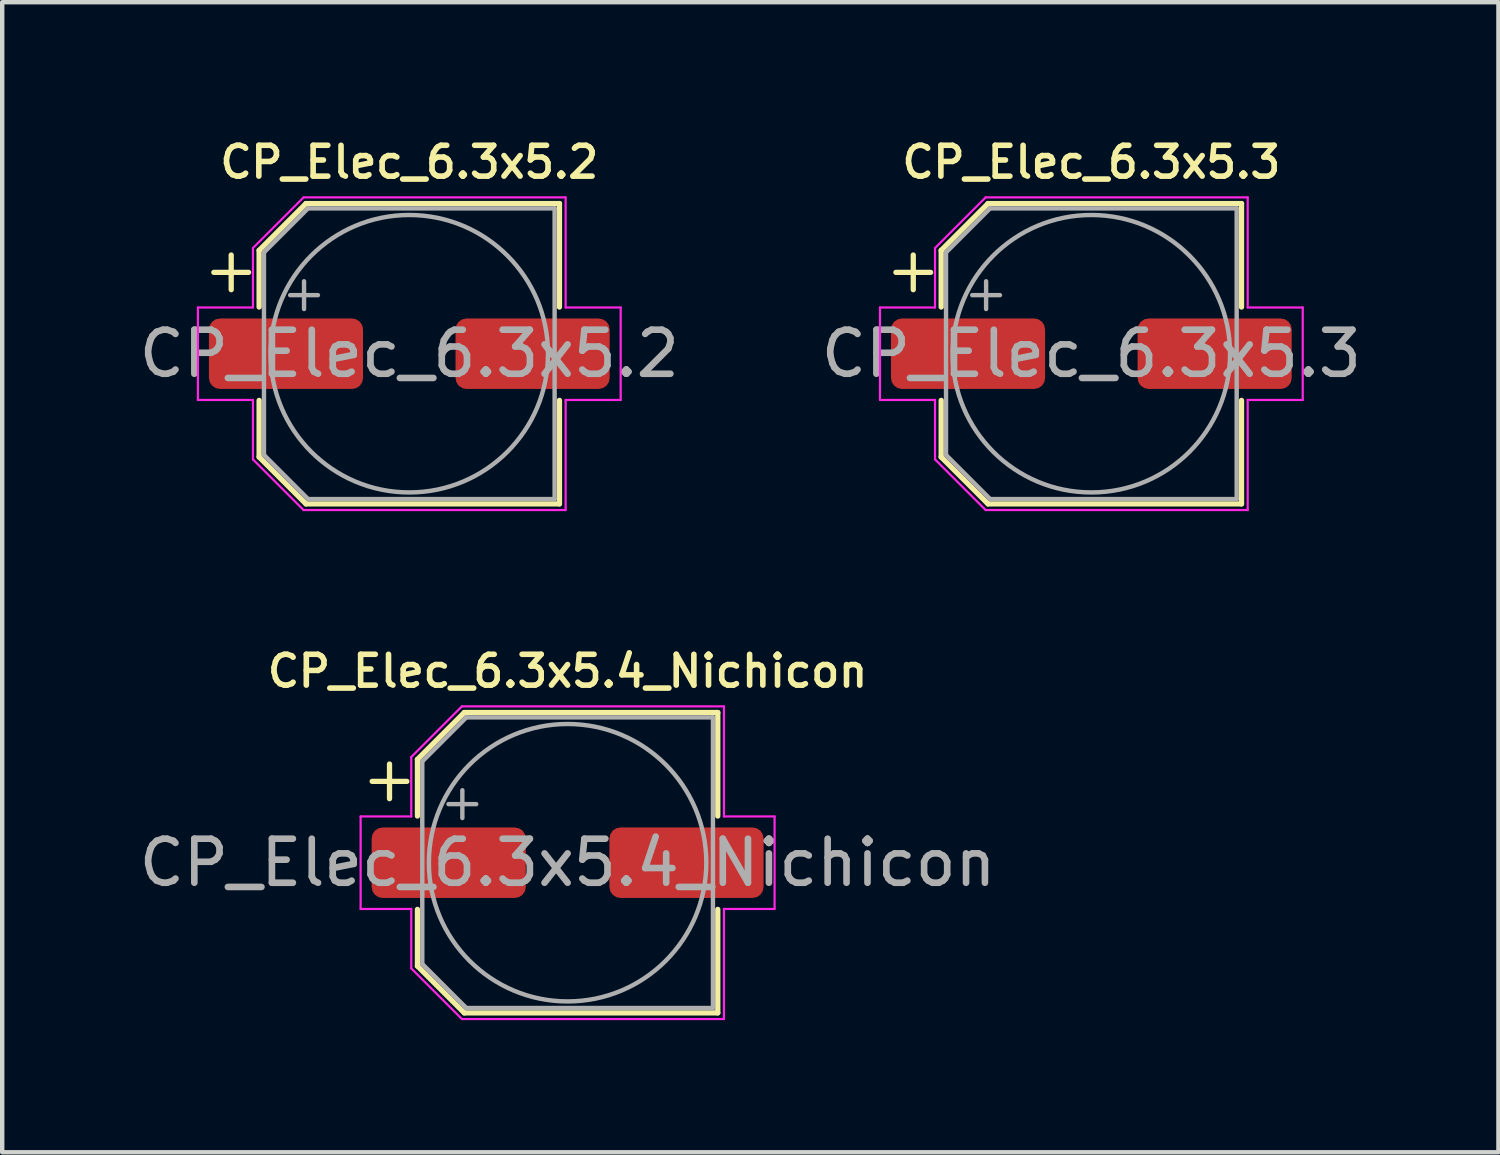
<source format=kicad_pcb>
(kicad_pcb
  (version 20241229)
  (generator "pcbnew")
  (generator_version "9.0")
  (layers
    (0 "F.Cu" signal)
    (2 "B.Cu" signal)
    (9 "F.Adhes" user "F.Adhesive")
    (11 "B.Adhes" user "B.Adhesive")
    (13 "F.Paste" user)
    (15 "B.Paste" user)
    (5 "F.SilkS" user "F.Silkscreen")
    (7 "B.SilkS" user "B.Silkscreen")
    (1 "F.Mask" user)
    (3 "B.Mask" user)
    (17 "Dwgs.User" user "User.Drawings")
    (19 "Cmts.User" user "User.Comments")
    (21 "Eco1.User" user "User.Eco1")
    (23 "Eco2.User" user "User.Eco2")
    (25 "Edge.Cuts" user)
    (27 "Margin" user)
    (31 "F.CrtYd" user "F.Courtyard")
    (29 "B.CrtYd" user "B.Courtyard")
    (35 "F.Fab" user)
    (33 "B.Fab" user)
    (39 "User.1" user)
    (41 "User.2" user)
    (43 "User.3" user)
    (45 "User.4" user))
  (footprint "CP_Elec_6.3x5.2"
    (layer "F.Cu")
    (at 6.244 4.982)
    (property "Reference" "CP_Elec_6.3x5.2" (at 0 -4.35 0) (layer "F.SilkS") (effects (font (size 0.7 0.7) (thickness 0.127))))
    (attr smd)
    (fp_line (start -4.438 -1.847) (end -3.65 -1.847) (stroke (width 0.12) (type solid)) (layer "F.SilkS"))
    (fp_line (start -4.044 -2.241) (end -4.044 -1.454) (stroke (width 0.12) (type solid)) (layer "F.SilkS"))
    (fp_line (start -3.41 -2.346) (end -3.41 -1.06) (stroke (width 0.12) (type solid)) (layer "F.SilkS"))
    (fp_line (start -3.41 -2.346) (end -2.346 -3.41) (stroke (width 0.12) (type solid)) (layer "F.SilkS"))
    (fp_line (start -3.41 2.346) (end -3.41 1.06) (stroke (width 0.12) (type solid)) (layer "F.SilkS"))
    (fp_line (start -3.41 2.346) (end -2.346 3.41) (stroke (width 0.12) (type solid)) (layer "F.SilkS"))
    (fp_line (start -2.346 -3.41) (end 3.41 -3.41) (stroke (width 0.12) (type solid)) (layer "F.SilkS"))
    (fp_line (start -2.346 3.41) (end 3.41 3.41) (stroke (width 0.12) (type solid)) (layer "F.SilkS"))
    (fp_line (start 3.41 -3.41) (end 3.41 -1.06) (stroke (width 0.12) (type solid)) (layer "F.SilkS"))
    (fp_line (start 3.41 3.41) (end 3.41 1.06) (stroke (width 0.12) (type solid)) (layer "F.SilkS"))
    (fp_line (start -4.8 -1.05) (end -4.8 1.05) (stroke (width 0.05) (type solid)) (layer "F.CrtYd"))
    (fp_line (start -4.8 1.05) (end -3.55 1.05) (stroke (width 0.05) (type solid)) (layer "F.CrtYd"))
    (fp_line (start -3.55 -2.4) (end -3.55 -1.05) (stroke (width 0.05) (type solid)) (layer "F.CrtYd"))
    (fp_line (start -3.55 -2.4) (end -2.4 -3.55) (stroke (width 0.05) (type solid)) (layer "F.CrtYd"))
    (fp_line (start -3.55 -1.05) (end -4.8 -1.05) (stroke (width 0.05) (type solid)) (layer "F.CrtYd"))
    (fp_line (start -3.55 1.05) (end -3.55 2.4) (stroke (width 0.05) (type solid)) (layer "F.CrtYd"))
    (fp_line (start -3.55 2.4) (end -2.4 3.55) (stroke (width 0.05) (type solid)) (layer "F.CrtYd"))
    (fp_line (start -2.4 -3.55) (end 3.55 -3.55) (stroke (width 0.05) (type solid)) (layer "F.CrtYd"))
    (fp_line (start -2.4 3.55) (end 3.55 3.55) (stroke (width 0.05) (type solid)) (layer "F.CrtYd"))
    (fp_line (start 3.55 -3.55) (end 3.55 -1.05) (stroke (width 0.05) (type solid)) (layer "F.CrtYd"))
    (fp_line (start 3.55 -1.05) (end 4.8 -1.05) (stroke (width 0.05) (type solid)) (layer "F.CrtYd"))
    (fp_line (start 3.55 1.05) (end 3.55 3.55) (stroke (width 0.05) (type solid)) (layer "F.CrtYd"))
    (fp_line (start 4.8 -1.05) (end 4.8 1.05) (stroke (width 0.05) (type solid)) (layer "F.CrtYd"))
    (fp_line (start 4.8 1.05) (end 3.55 1.05) (stroke (width 0.05) (type solid)) (layer "F.CrtYd"))
    (fp_line (start -3.3 -2.3) (end -3.3 2.3) (stroke (width 0.1) (type solid)) (layer "F.Fab"))
    (fp_line (start -3.3 -2.3) (end -2.3 -3.3) (stroke (width 0.1) (type solid)) (layer "F.Fab"))
    (fp_line (start -3.3 2.3) (end -2.3 3.3) (stroke (width 0.1) (type solid)) (layer "F.Fab"))
    (fp_line (start -2.705 -1.33) (end -2.075 -1.33) (stroke (width 0.1) (type solid)) (layer "F.Fab"))
    (fp_line (start -2.39 -1.645) (end -2.39 -1.015) (stroke (width 0.1) (type solid)) (layer "F.Fab"))
    (fp_line (start -2.3 -3.3) (end 3.3 -3.3) (stroke (width 0.1) (type solid)) (layer "F.Fab"))
    (fp_line (start -2.3 3.3) (end 3.3 3.3) (stroke (width 0.1) (type solid)) (layer "F.Fab"))
    (fp_line (start 3.3 -3.3) (end 3.3 3.3) (stroke (width 0.1) (type solid)) (layer "F.Fab"))
    (fp_circle (center 0 0) (end 3.15 0) (stroke (width 0.1) (type solid)) (fill no) (layer "F.Fab"))
    (fp_text user "${REFERENCE}" (at 0 0 0) (layer "F.Fab") (effects (font (size 1 1) (thickness 0.15))))
    (pad "1" smd roundrect (at -2.8 0) (size 3.5 1.6) (layers "F.Cu" "F.Mask" "F.Paste") (roundrect_rratio 0.156))
    (pad "2" smd roundrect (at 2.8 0) (size 3.5 1.6) (layers "F.Cu" "F.Mask" "F.Paste") (roundrect_rratio 0.156)))
  (footprint "CP_Elec_6.3x5.3"
    (layer "F.Cu")
    (at 21.732 4.982)
    (property "Reference" "CP_Elec_6.3x5.3" (at 0 -4.35 0) (layer "F.SilkS") (effects (font (size 0.7 0.7) (thickness 0.127))))
    (attr smd)
    (fp_line (start -4.438 -1.847) (end -3.65 -1.847) (stroke (width 0.12) (type solid)) (layer "F.SilkS"))
    (fp_line (start -4.044 -2.241) (end -4.044 -1.454) (stroke (width 0.12) (type solid)) (layer "F.SilkS"))
    (fp_line (start -3.41 -2.346) (end -3.41 -1.06) (stroke (width 0.12) (type solid)) (layer "F.SilkS"))
    (fp_line (start -3.41 -2.346) (end -2.346 -3.41) (stroke (width 0.12) (type solid)) (layer "F.SilkS"))
    (fp_line (start -3.41 2.346) (end -3.41 1.06) (stroke (width 0.12) (type solid)) (layer "F.SilkS"))
    (fp_line (start -3.41 2.346) (end -2.346 3.41) (stroke (width 0.12) (type solid)) (layer "F.SilkS"))
    (fp_line (start -2.346 -3.41) (end 3.41 -3.41) (stroke (width 0.12) (type solid)) (layer "F.SilkS"))
    (fp_line (start -2.346 3.41) (end 3.41 3.41) (stroke (width 0.12) (type solid)) (layer "F.SilkS"))
    (fp_line (start 3.41 -3.41) (end 3.41 -1.06) (stroke (width 0.12) (type solid)) (layer "F.SilkS"))
    (fp_line (start 3.41 3.41) (end 3.41 1.06) (stroke (width 0.12) (type solid)) (layer "F.SilkS"))
    (fp_line (start -4.8 -1.05) (end -4.8 1.05) (stroke (width 0.05) (type solid)) (layer "F.CrtYd"))
    (fp_line (start -4.8 1.05) (end -3.55 1.05) (stroke (width 0.05) (type solid)) (layer "F.CrtYd"))
    (fp_line (start -3.55 -2.4) (end -3.55 -1.05) (stroke (width 0.05) (type solid)) (layer "F.CrtYd"))
    (fp_line (start -3.55 -2.4) (end -2.4 -3.55) (stroke (width 0.05) (type solid)) (layer "F.CrtYd"))
    (fp_line (start -3.55 -1.05) (end -4.8 -1.05) (stroke (width 0.05) (type solid)) (layer "F.CrtYd"))
    (fp_line (start -3.55 1.05) (end -3.55 2.4) (stroke (width 0.05) (type solid)) (layer "F.CrtYd"))
    (fp_line (start -3.55 2.4) (end -2.4 3.55) (stroke (width 0.05) (type solid)) (layer "F.CrtYd"))
    (fp_line (start -2.4 -3.55) (end 3.55 -3.55) (stroke (width 0.05) (type solid)) (layer "F.CrtYd"))
    (fp_line (start -2.4 3.55) (end 3.55 3.55) (stroke (width 0.05) (type solid)) (layer "F.CrtYd"))
    (fp_line (start 3.55 -3.55) (end 3.55 -1.05) (stroke (width 0.05) (type solid)) (layer "F.CrtYd"))
    (fp_line (start 3.55 -1.05) (end 4.8 -1.05) (stroke (width 0.05) (type solid)) (layer "F.CrtYd"))
    (fp_line (start 3.55 1.05) (end 3.55 3.55) (stroke (width 0.05) (type solid)) (layer "F.CrtYd"))
    (fp_line (start 4.8 -1.05) (end 4.8 1.05) (stroke (width 0.05) (type solid)) (layer "F.CrtYd"))
    (fp_line (start 4.8 1.05) (end 3.55 1.05) (stroke (width 0.05) (type solid)) (layer "F.CrtYd"))
    (fp_line (start -3.3 -2.3) (end -3.3 2.3) (stroke (width 0.1) (type solid)) (layer "F.Fab"))
    (fp_line (start -3.3 -2.3) (end -2.3 -3.3) (stroke (width 0.1) (type solid)) (layer "F.Fab"))
    (fp_line (start -3.3 2.3) (end -2.3 3.3) (stroke (width 0.1) (type solid)) (layer "F.Fab"))
    (fp_line (start -2.705 -1.33) (end -2.075 -1.33) (stroke (width 0.1) (type solid)) (layer "F.Fab"))
    (fp_line (start -2.39 -1.645) (end -2.39 -1.015) (stroke (width 0.1) (type solid)) (layer "F.Fab"))
    (fp_line (start -2.3 -3.3) (end 3.3 -3.3) (stroke (width 0.1) (type solid)) (layer "F.Fab"))
    (fp_line (start -2.3 3.3) (end 3.3 3.3) (stroke (width 0.1) (type solid)) (layer "F.Fab"))
    (fp_line (start 3.3 -3.3) (end 3.3 3.3) (stroke (width 0.1) (type solid)) (layer "F.Fab"))
    (fp_circle (center 0 0) (end 3.15 0) (stroke (width 0.1) (type solid)) (fill no) (layer "F.Fab"))
    (fp_text user "${REFERENCE}" (at 0 0 0) (layer "F.Fab") (effects (font (size 1 1) (thickness 0.15))))
    (pad "1" smd roundrect (at -2.8 0) (size 3.5 1.6) (layers "F.Cu" "F.Mask" "F.Paste") (roundrect_rratio 0.156))
    (pad "2" smd roundrect (at 2.8 0) (size 3.5 1.6) (layers "F.Cu" "F.Mask" "F.Paste") (roundrect_rratio 0.156)))
  (footprint "CP_Elec_6.3x5.4_Nichicon"
    (layer "F.Cu")
    (at 9.839 16.54)
    (property "Reference" "CP_Elec_6.3x5.4_Nichicon" (at 0 -4.35 0) (layer "F.SilkS") (effects (font (size 0.7 0.7) (thickness 0.127))))
    (attr smd)
    (fp_line (start -4.438 -1.847) (end -3.65 -1.847) (stroke (width 0.12) (type solid)) (layer "F.SilkS"))
    (fp_line (start -4.044 -2.241) (end -4.044 -1.454) (stroke (width 0.12) (type solid)) (layer "F.SilkS"))
    (fp_line (start -3.41 -2.346) (end -3.41 -1.06) (stroke (width 0.12) (type solid)) (layer "F.SilkS"))
    (fp_line (start -3.41 -2.346) (end -2.346 -3.41) (stroke (width 0.12) (type solid)) (layer "F.SilkS"))
    (fp_line (start -3.41 2.346) (end -3.41 1.06) (stroke (width 0.12) (type solid)) (layer "F.SilkS"))
    (fp_line (start -3.41 2.346) (end -2.346 3.41) (stroke (width 0.12) (type solid)) (layer "F.SilkS"))
    (fp_line (start -2.346 -3.41) (end 3.41 -3.41) (stroke (width 0.12) (type solid)) (layer "F.SilkS"))
    (fp_line (start -2.346 3.41) (end 3.41 3.41) (stroke (width 0.12) (type solid)) (layer "F.SilkS"))
    (fp_line (start 3.41 -3.41) (end 3.41 -1.06) (stroke (width 0.12) (type solid)) (layer "F.SilkS"))
    (fp_line (start 3.41 3.41) (end 3.41 1.06) (stroke (width 0.12) (type solid)) (layer "F.SilkS"))
    (fp_line (start -4.7 -1.05) (end -4.7 1.05) (stroke (width 0.05) (type solid)) (layer "F.CrtYd"))
    (fp_line (start -4.7 1.05) (end -3.55 1.05) (stroke (width 0.05) (type solid)) (layer "F.CrtYd"))
    (fp_line (start -3.55 -2.4) (end -3.55 -1.05) (stroke (width 0.05) (type solid)) (layer "F.CrtYd"))
    (fp_line (start -3.55 -2.4) (end -2.4 -3.55) (stroke (width 0.05) (type solid)) (layer "F.CrtYd"))
    (fp_line (start -3.55 -1.05) (end -4.7 -1.05) (stroke (width 0.05) (type solid)) (layer "F.CrtYd"))
    (fp_line (start -3.55 1.05) (end -3.55 2.4) (stroke (width 0.05) (type solid)) (layer "F.CrtYd"))
    (fp_line (start -3.55 2.4) (end -2.4 3.55) (stroke (width 0.05) (type solid)) (layer "F.CrtYd"))
    (fp_line (start -2.4 -3.55) (end 3.55 -3.55) (stroke (width 0.05) (type solid)) (layer "F.CrtYd"))
    (fp_line (start -2.4 3.55) (end 3.55 3.55) (stroke (width 0.05) (type solid)) (layer "F.CrtYd"))
    (fp_line (start 3.55 -3.55) (end 3.55 -1.05) (stroke (width 0.05) (type solid)) (layer "F.CrtYd"))
    (fp_line (start 3.55 -1.05) (end 4.7 -1.05) (stroke (width 0.05) (type solid)) (layer "F.CrtYd"))
    (fp_line (start 3.55 1.05) (end 3.55 3.55) (stroke (width 0.05) (type solid)) (layer "F.CrtYd"))
    (fp_line (start 4.7 -1.05) (end 4.7 1.05) (stroke (width 0.05) (type solid)) (layer "F.CrtYd"))
    (fp_line (start 4.7 1.05) (end 3.55 1.05) (stroke (width 0.05) (type solid)) (layer "F.CrtYd"))
    (fp_line (start -3.3 -2.3) (end -3.3 2.3) (stroke (width 0.1) (type solid)) (layer "F.Fab"))
    (fp_line (start -3.3 -2.3) (end -2.3 -3.3) (stroke (width 0.1) (type solid)) (layer "F.Fab"))
    (fp_line (start -3.3 2.3) (end -2.3 3.3) (stroke (width 0.1) (type solid)) (layer "F.Fab"))
    (fp_line (start -2.705 -1.33) (end -2.075 -1.33) (stroke (width 0.1) (type solid)) (layer "F.Fab"))
    (fp_line (start -2.39 -1.645) (end -2.39 -1.015) (stroke (width 0.1) (type solid)) (layer "F.Fab"))
    (fp_line (start -2.3 -3.3) (end 3.3 -3.3) (stroke (width 0.1) (type solid)) (layer "F.Fab"))
    (fp_line (start -2.3 3.3) (end 3.3 3.3) (stroke (width 0.1) (type solid)) (layer "F.Fab"))
    (fp_line (start 3.3 -3.3) (end 3.3 3.3) (stroke (width 0.1) (type solid)) (layer "F.Fab"))
    (fp_circle (center 0 0) (end 3.15 0) (stroke (width 0.1) (type solid)) (fill no) (layer "F.Fab"))
    (fp_text user "${REFERENCE}" (at 0 0 0) (layer "F.Fab") (effects (font (size 1 1) (thickness 0.15))))
    (pad "1" smd roundrect (at -2.7 0) (size 3.5 1.6) (layers "F.Cu" "F.Mask" "F.Paste") (roundrect_rratio 0.156))
    (pad "2" smd roundrect (at 2.7 0) (size 3.5 1.6) (layers "F.Cu" "F.Mask" "F.Paste") (roundrect_rratio 0.156)))
  (gr_rect
    (start -3 -3)
    (end 30.976 23.115)
    (stroke (width 0.1) (type default))
    (fill no)
    (layer "Edge.Cuts")))
</source>
